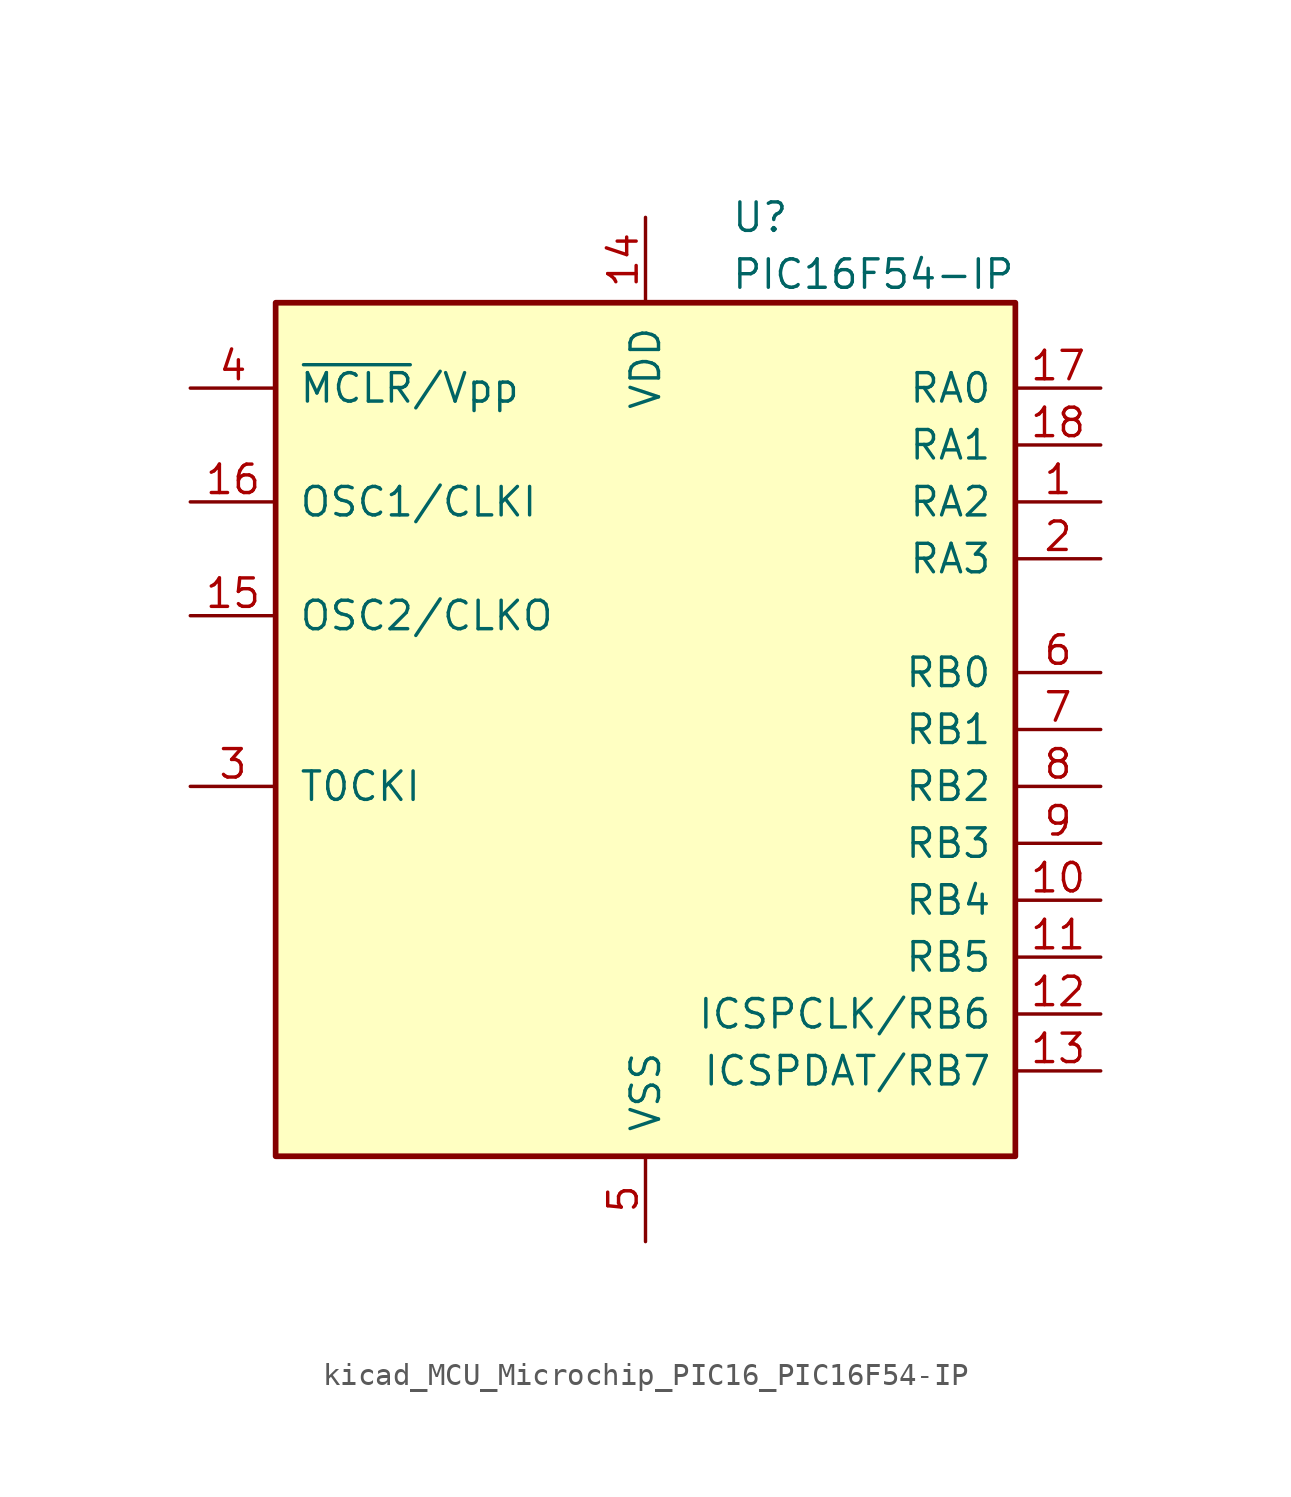
<source format=kicad_sym>
(kicad_symbol_lib
  (version 20220914)
  (generator kicad_symbol_editor)
  (symbol "kicad_MCU_Microchip_PIC16_PIC16F54-IP"
    (pin_names
      (offset 1.016))
    (property "Reference" "U"
      (at 3.81 22.86 0)
      (effects (font (size 1.27 1.27)) (justify left)))
    (property "Value" "PIC16F54-IP"
      (at 3.81 20.32 0)
      (effects (font (size 1.27 1.27)) (justify left)))
    (symbol "kicad_MCU_Microchip_PIC16_PIC16F54-IP_0_1"
      (rectangle (start -16.51 19.05) (end 16.51 -19.05) (stroke (width 0.254) (type default)) (fill (type background))))
    (symbol "kicad_MCU_Microchip_PIC16_PIC16F54-IP_1_1"
      (pin bidirectional line (at 20.32 10.16 180) (length 3.81) (name "RA2" (effects (font (size 1.27 1.27)))) (number "1" (effects (font (size 1.27 1.27)))))
      (pin bidirectional line (at 20.32 -7.62 180) (length 3.81) (name "RB4" (effects (font (size 1.27 1.27)))) (number "10" (effects (font (size 1.27 1.27)))))
      (pin bidirectional line (at 20.32 -10.16 180) (length 3.81) (name "RB5" (effects (font (size 1.27 1.27)))) (number "11" (effects (font (size 1.27 1.27)))))
      (pin bidirectional line (at 20.32 -12.7 180) (length 3.81) (name "ICSPCLK/RB6" (effects (font (size 1.27 1.27)))) (number "12" (effects (font (size 1.27 1.27)))))
      (pin bidirectional line (at 20.32 -15.24 180) (length 3.81) (name "ICSPDAT/RB7" (effects (font (size 1.27 1.27)))) (number "13" (effects (font (size 1.27 1.27)))))
      (pin power_in line (at 0 22.86 270) (length 3.81) (name "VDD" (effects (font (size 1.27 1.27)))) (number "14" (effects (font (size 1.27 1.27)))))
      (pin output line (at -20.32 5.08 0) (length 3.81) (name "OSC2/CLKO" (effects (font (size 1.27 1.27)))) (number "15" (effects (font (size 1.27 1.27)))))
      (pin input line (at -20.32 10.16 0) (length 3.81) (name "OSC1/CLKI" (effects (font (size 1.27 1.27)))) (number "16" (effects (font (size 1.27 1.27)))))
      (pin bidirectional line (at 20.32 15.24 180) (length 3.81) (name "RA0" (effects (font (size 1.27 1.27)))) (number "17" (effects (font (size 1.27 1.27)))))
      (pin bidirectional line (at 20.32 12.7 180) (length 3.81) (name "RA1" (effects (font (size 1.27 1.27)))) (number "18" (effects (font (size 1.27 1.27)))))
      (pin bidirectional line (at 20.32 7.62 180) (length 3.81) (name "RA3" (effects (font (size 1.27 1.27)))) (number "2" (effects (font (size 1.27 1.27)))))
      (pin input line (at -20.32 -2.54 0) (length 3.81) (name "T0CKI" (effects (font (size 1.27 1.27)))) (number "3" (effects (font (size 1.27 1.27)))))
      (pin input line (at -20.32 15.24 0) (length 3.81) (name "~{MCLR}/Vpp" (effects (font (size 1.27 1.27)))) (number "4" (effects (font (size 1.27 1.27)))))
      (pin power_in line (at 0 -22.86 90) (length 3.81) (name "VSS" (effects (font (size 1.27 1.27)))) (number "5" (effects (font (size 1.27 1.27)))))
      (pin bidirectional line (at 20.32 2.54 180) (length 3.81) (name "RB0" (effects (font (size 1.27 1.27)))) (number "6" (effects (font (size 1.27 1.27)))))
      (pin bidirectional line (at 20.32 0 180) (length 3.81) (name "RB1" (effects (font (size 1.27 1.27)))) (number "7" (effects (font (size 1.27 1.27)))))
      (pin bidirectional line (at 20.32 -2.54 180) (length 3.81) (name "RB2" (effects (font (size 1.27 1.27)))) (number "8" (effects (font (size 1.27 1.27)))))
      (pin bidirectional line (at 20.32 -5.08 180) (length 3.81) (name "RB3" (effects (font (size 1.27 1.27)))) (number "9" (effects (font (size 1.27 1.27))))))))
</source>
